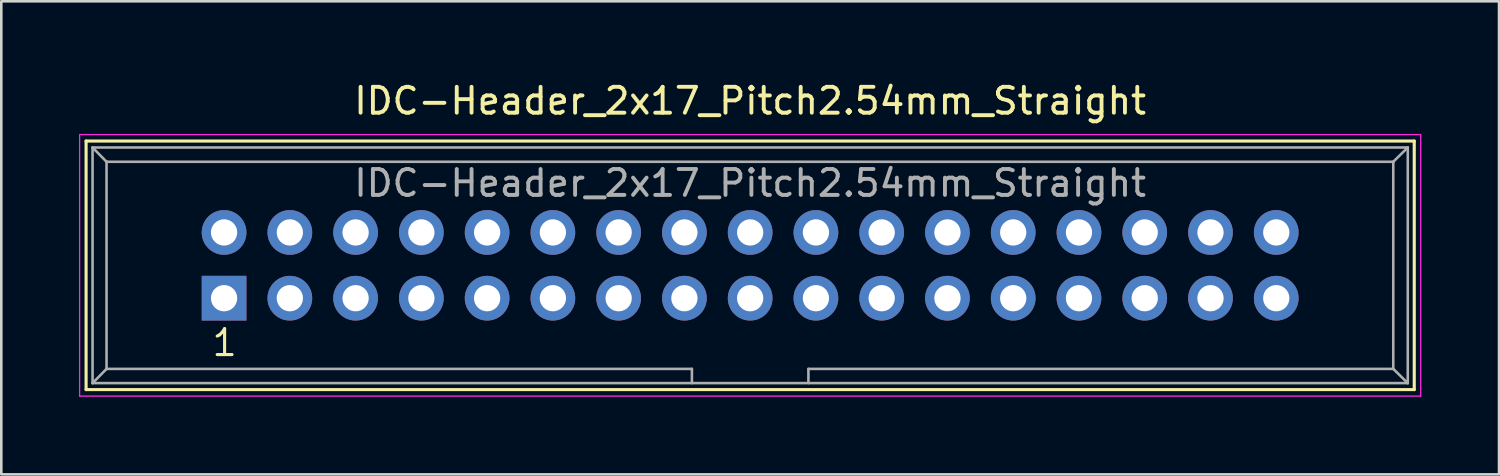
<source format=kicad_pcb>
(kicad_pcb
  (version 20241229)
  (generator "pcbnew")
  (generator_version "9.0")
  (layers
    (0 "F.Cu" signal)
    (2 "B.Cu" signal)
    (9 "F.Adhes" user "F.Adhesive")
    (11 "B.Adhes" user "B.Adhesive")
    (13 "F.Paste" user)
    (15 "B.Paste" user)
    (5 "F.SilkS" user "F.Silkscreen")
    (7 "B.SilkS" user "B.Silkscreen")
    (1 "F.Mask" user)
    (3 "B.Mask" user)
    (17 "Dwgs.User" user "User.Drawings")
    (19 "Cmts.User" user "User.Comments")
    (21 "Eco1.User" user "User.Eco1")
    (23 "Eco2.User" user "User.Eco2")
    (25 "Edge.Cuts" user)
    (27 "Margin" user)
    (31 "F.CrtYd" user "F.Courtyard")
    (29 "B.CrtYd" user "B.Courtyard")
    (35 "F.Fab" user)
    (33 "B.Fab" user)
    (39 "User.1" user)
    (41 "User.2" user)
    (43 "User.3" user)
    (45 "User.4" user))
  (footprint "IDC-Header_2x17_Pitch2.54mm_Straight"
    (layer "F.Cu")
    (at 5.605 8.468)
    (property "Reference" "IDC-Header_2x17_Pitch2.54mm_Straight" (at 20.32 -7.62 0) (layer "F.SilkS") (effects (font (size 1 1) (thickness 0.15))))
    (attr through_hole)
    (fp_line (start -5.33 -6.07) (end 45.97 -6.07) (stroke (width 0.12) (type solid)) (layer "F.SilkS"))
    (fp_line (start -5.33 3.53) (end -5.33 -6.07) (stroke (width 0.12) (type solid)) (layer "F.SilkS"))
    (fp_line (start 45.97 -6.07) (end 45.97 3.53) (stroke (width 0.12) (type solid)) (layer "F.SilkS"))
    (fp_line (start 45.97 3.53) (end -5.33 3.53) (stroke (width 0.12) (type solid)) (layer "F.SilkS"))
    (fp_line (start -5.58 -6.32) (end 46.22 -6.32) (stroke (width 0.05) (type solid)) (layer "F.CrtYd"))
    (fp_line (start -5.58 3.78) (end -5.58 -6.32) (stroke (width 0.05) (type solid)) (layer "F.CrtYd"))
    (fp_line (start 46.22 -6.32) (end 46.22 3.78) (stroke (width 0.05) (type solid)) (layer "F.CrtYd"))
    (fp_line (start 46.22 3.78) (end -5.58 3.78) (stroke (width 0.05) (type solid)) (layer "F.CrtYd"))
    (fp_line (start -5.08 -5.82) (end -5.08 3.28) (stroke (width 0.1) (type solid)) (layer "F.Fab"))
    (fp_line (start -5.08 -5.82) (end -4.54 -5.27) (stroke (width 0.1) (type solid)) (layer "F.Fab"))
    (fp_line (start -5.08 -5.82) (end 45.72 -5.82) (stroke (width 0.1) (type solid)) (layer "F.Fab"))
    (fp_line (start -5.08 3.28) (end -4.54 2.73) (stroke (width 0.1) (type solid)) (layer "F.Fab"))
    (fp_line (start -5.08 3.28) (end 45.72 3.28) (stroke (width 0.1) (type solid)) (layer "F.Fab"))
    (fp_line (start -4.54 -5.27) (end -4.54 2.73) (stroke (width 0.1) (type solid)) (layer "F.Fab"))
    (fp_line (start -4.54 -5.27) (end 45.16 -5.27) (stroke (width 0.1) (type solid)) (layer "F.Fab"))
    (fp_line (start -4.54 2.73) (end 18.07 2.73) (stroke (width 0.1) (type solid)) (layer "F.Fab"))
    (fp_line (start 18.07 2.73) (end 18.07 3.28) (stroke (width 0.1) (type solid)) (layer "F.Fab"))
    (fp_line (start 22.57 2.73) (end 22.57 3.28) (stroke (width 0.1) (type solid)) (layer "F.Fab"))
    (fp_line (start 22.57 2.73) (end 45.16 2.73) (stroke (width 0.1) (type solid)) (layer "F.Fab"))
    (fp_line (start 45.16 -5.27) (end 45.16 2.73) (stroke (width 0.1) (type solid)) (layer "F.Fab"))
    (fp_line (start 45.72 -5.82) (end 45.16 -5.27) (stroke (width 0.1) (type solid)) (layer "F.Fab"))
    (fp_line (start 45.72 -5.82) (end 45.72 3.28) (stroke (width 0.1) (type solid)) (layer "F.Fab"))
    (fp_line (start 45.72 3.28) (end 45.16 2.73) (stroke (width 0.1) (type solid)) (layer "F.Fab"))
    (fp_text user "1" (at 0.02 1.72 0) (layer "F.SilkS") (effects (font (size 1 1) (thickness 0.12))))
    (fp_text user "${REFERENCE}" (at 20.32 -4.445 0) (layer "F.Fab") (effects (font (size 1 1) (thickness 0.15))))
    (pad "1" thru_hole rect (at 0 0) (size 1.727 1.727) (drill 1.016) (layers "*.Cu" "*.Mask"))
    (pad "2" thru_hole oval (at 0 -2.54) (size 1.727 1.727) (drill 1.016) (layers "*.Cu" "*.Mask"))
    (pad "3" thru_hole oval (at 2.54 0) (size 1.727 1.727) (drill 1.016) (layers "*.Cu" "*.Mask"))
    (pad "4" thru_hole oval (at 2.54 -2.54) (size 1.727 1.727) (drill 1.016) (layers "*.Cu" "*.Mask"))
    (pad "5" thru_hole oval (at 5.08 0) (size 1.727 1.727) (drill 1.016) (layers "*.Cu" "*.Mask"))
    (pad "6" thru_hole oval (at 5.08 -2.54) (size 1.727 1.727) (drill 1.016) (layers "*.Cu" "*.Mask"))
    (pad "7" thru_hole oval (at 7.62 0) (size 1.727 1.727) (drill 1.016) (layers "*.Cu" "*.Mask"))
    (pad "8" thru_hole oval (at 7.62 -2.54) (size 1.727 1.727) (drill 1.016) (layers "*.Cu" "*.Mask"))
    (pad "9" thru_hole oval (at 10.16 0) (size 1.727 1.727) (drill 1.016) (layers "*.Cu" "*.Mask"))
    (pad "10" thru_hole oval (at 10.16 -2.54) (size 1.727 1.727) (drill 1.016) (layers "*.Cu" "*.Mask"))
    (pad "11" thru_hole oval (at 12.7 0) (size 1.727 1.727) (drill 1.016) (layers "*.Cu" "*.Mask"))
    (pad "12" thru_hole oval (at 12.7 -2.54) (size 1.727 1.727) (drill 1.016) (layers "*.Cu" "*.Mask"))
    (pad "13" thru_hole oval (at 15.24 0) (size 1.727 1.727) (drill 1.016) (layers "*.Cu" "*.Mask"))
    (pad "14" thru_hole oval (at 15.24 -2.54) (size 1.727 1.727) (drill 1.016) (layers "*.Cu" "*.Mask"))
    (pad "15" thru_hole oval (at 17.78 0) (size 1.727 1.727) (drill 1.016) (layers "*.Cu" "*.Mask"))
    (pad "16" thru_hole oval (at 17.78 -2.54) (size 1.727 1.727) (drill 1.016) (layers "*.Cu" "*.Mask"))
    (pad "17" thru_hole oval (at 20.32 0) (size 1.727 1.727) (drill 1.016) (layers "*.Cu" "*.Mask"))
    (pad "18" thru_hole oval (at 20.32 -2.54) (size 1.727 1.727) (drill 1.016) (layers "*.Cu" "*.Mask"))
    (pad "19" thru_hole oval (at 22.86 0) (size 1.727 1.727) (drill 1.016) (layers "*.Cu" "*.Mask"))
    (pad "20" thru_hole oval (at 22.86 -2.54) (size 1.727 1.727) (drill 1.016) (layers "*.Cu" "*.Mask"))
    (pad "21" thru_hole oval (at 25.4 0) (size 1.727 1.727) (drill 1.016) (layers "*.Cu" "*.Mask"))
    (pad "22" thru_hole oval (at 25.4 -2.54) (size 1.727 1.727) (drill 1.016) (layers "*.Cu" "*.Mask"))
    (pad "23" thru_hole oval (at 27.94 0) (size 1.727 1.727) (drill 1.016) (layers "*.Cu" "*.Mask"))
    (pad "24" thru_hole oval (at 27.94 -2.54) (size 1.727 1.727) (drill 1.016) (layers "*.Cu" "*.Mask"))
    (pad "25" thru_hole oval (at 30.48 0) (size 1.727 1.727) (drill 1.016) (layers "*.Cu" "*.Mask"))
    (pad "26" thru_hole oval (at 30.48 -2.54) (size 1.727 1.727) (drill 1.016) (layers "*.Cu" "*.Mask"))
    (pad "27" thru_hole oval (at 33.02 0) (size 1.727 1.727) (drill 1.016) (layers "*.Cu" "*.Mask"))
    (pad "28" thru_hole oval (at 33.02 -2.54) (size 1.727 1.727) (drill 1.016) (layers "*.Cu" "*.Mask"))
    (pad "29" thru_hole oval (at 35.56 0) (size 1.727 1.727) (drill 1.016) (layers "*.Cu" "*.Mask"))
    (pad "30" thru_hole oval (at 35.56 -2.54) (size 1.727 1.727) (drill 1.016) (layers "*.Cu" "*.Mask"))
    (pad "31" thru_hole oval (at 38.1 0) (size 1.727 1.727) (drill 1.016) (layers "*.Cu" "*.Mask"))
    (pad "32" thru_hole oval (at 38.1 -2.54) (size 1.727 1.727) (drill 1.016) (layers "*.Cu" "*.Mask"))
    (pad "33" thru_hole oval (at 40.64 0) (size 1.727 1.727) (drill 1.016) (layers "*.Cu" "*.Mask"))
    (pad "34" thru_hole oval (at 40.64 -2.54) (size 1.727 1.727) (drill 1.016) (layers "*.Cu" "*.Mask")))
  (gr_rect
    (start -3 -3)
    (end 54.85 15.273)
    (stroke (width 0.1) (type default))
    (fill no)
    (layer "Edge.Cuts")))
</source>
